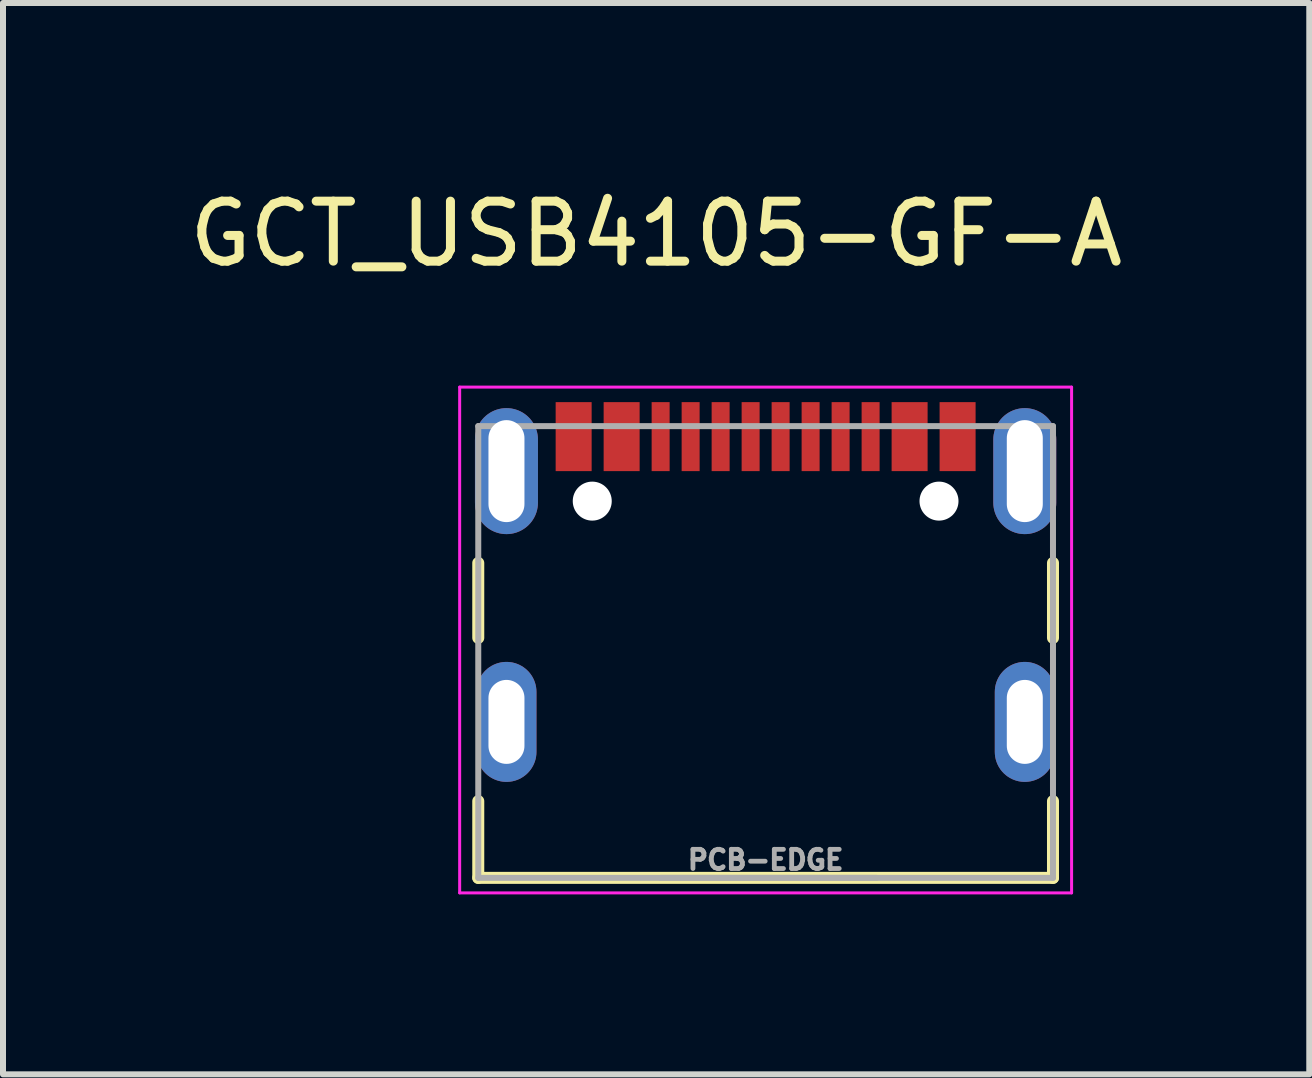
<source format=kicad_pcb>
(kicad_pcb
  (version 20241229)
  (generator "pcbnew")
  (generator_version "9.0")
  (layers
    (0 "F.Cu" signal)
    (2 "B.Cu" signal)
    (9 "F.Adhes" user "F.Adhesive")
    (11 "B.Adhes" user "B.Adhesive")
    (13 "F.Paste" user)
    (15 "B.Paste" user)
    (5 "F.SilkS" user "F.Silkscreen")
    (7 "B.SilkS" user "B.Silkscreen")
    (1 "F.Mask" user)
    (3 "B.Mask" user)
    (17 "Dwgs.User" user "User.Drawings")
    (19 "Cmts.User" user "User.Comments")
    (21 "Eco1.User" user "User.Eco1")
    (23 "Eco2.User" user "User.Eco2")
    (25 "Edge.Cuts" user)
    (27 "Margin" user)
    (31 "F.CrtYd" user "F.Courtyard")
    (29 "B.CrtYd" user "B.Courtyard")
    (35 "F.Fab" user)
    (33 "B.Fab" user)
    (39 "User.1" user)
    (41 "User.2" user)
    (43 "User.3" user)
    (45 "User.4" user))
  (footprint "GCT_USB4105-GF-A"
    (layer "F.Cu")
    (at 9.712 8.983)
    (property "Reference" "GCT_USB4105-GF-A" (at -1.825 -8.135 0) (layer "F.SilkS") (effects (font (size 1 1) (thickness 0.15))))
    (attr through_hole)
    (fp_line (start -4.79 -2.65) (end -4.79 -1.4) (stroke (width 0.2) (type solid)) (layer "F.SilkS"))
    (fp_line (start -4.79 1.32) (end -4.79 2.6) (stroke (width 0.2) (type solid)) (layer "F.SilkS"))
    (fp_line (start -4.79 2.6) (end 4.79 2.6) (stroke (width 0.2) (type solid)) (layer "F.SilkS"))
    (fp_line (start 4.79 -2.65) (end 4.79 -1.4) (stroke (width 0.2) (type solid)) (layer "F.SilkS"))
    (fp_line (start 4.79 2.6) (end 4.79 1.32) (stroke (width 0.2) (type solid)) (layer "F.SilkS"))
    (fp_line (start -5.1 -5.58) (end -5.1 2.85) (stroke (width 0.05) (type solid)) (layer "F.CrtYd"))
    (fp_line (start -5.1 2.85) (end 5.1 2.85) (stroke (width 0.05) (type solid)) (layer "F.CrtYd"))
    (fp_line (start 5.1 -5.58) (end -5.1 -5.58) (stroke (width 0.05) (type solid)) (layer "F.CrtYd"))
    (fp_line (start 5.1 2.85) (end 5.1 -5.58) (stroke (width 0.05) (type solid)) (layer "F.CrtYd"))
    (fp_line (start -4.79 -4.93) (end 4.79 -4.93) (stroke (width 0.1) (type solid)) (layer "F.Fab"))
    (fp_line (start -4.79 2.6) (end -4.79 -4.93) (stroke (width 0.1) (type solid)) (layer "F.Fab"))
    (fp_line (start -1.75 2.6) (end 1.85 2.6) (stroke (width 0.1) (type solid)) (layer "F.Fab"))
    (fp_line (start 4.79 -4.93) (end 4.79 2.6) (stroke (width 0.1) (type solid)) (layer "F.Fab"))
    (fp_line (start 4.79 2.6) (end -4.79 2.6) (stroke (width 0.1) (type solid)) (layer "F.Fab"))
    (fp_text user "PCB-EDGE" (at 0 2.3 0) (layer "F.Fab") (effects (font (size 0.32 0.32) (thickness 0.15))))
    (pad "" np_thru_hole circle (at -2.89 -3.68) (size 0.65 0.65) (drill 0.65) (layers "*.Cu" "*.Mask"))
    (pad "" np_thru_hole circle (at 2.89 -3.68) (size 0.65 0.65) (drill 0.65) (layers "*.Cu" "*.Mask"))
    (pad "A1_B12" smd rect (at -3.2 -4.755) (size 0.6 1.15) (layers "F.Cu" "F.Mask" "F.Paste"))
    (pad "A4_B9" smd rect (at -2.4 -4.755) (size 0.6 1.15) (layers "F.Cu" "F.Mask" "F.Paste"))
    (pad "A5" smd rect (at -1.25 -4.755) (size 0.3 1.15) (layers "F.Cu" "F.Mask" "F.Paste"))
    (pad "A6" smd rect (at -0.25 -4.755) (size 0.3 1.15) (layers "F.Cu" "F.Mask" "F.Paste"))
    (pad "A7" smd rect (at 0.25 -4.755) (size 0.3 1.15) (layers "F.Cu" "F.Mask" "F.Paste"))
    (pad "A8" smd rect (at 1.25 -4.755) (size 0.3 1.15) (layers "F.Cu" "F.Mask" "F.Paste"))
    (pad "B1_A12" smd rect (at 3.2 -4.755) (size 0.6 1.15) (layers "F.Cu" "F.Mask" "F.Paste"))
    (pad "B4_A9" smd rect (at 2.4 -4.755) (size 0.6 1.15) (layers "F.Cu" "F.Mask" "F.Paste"))
    (pad "B5" smd rect (at 1.75 -4.755) (size 0.3 1.15) (layers "F.Cu" "F.Mask" "F.Paste"))
    (pad "B6" smd rect (at 0.75 -4.755) (size 0.3 1.15) (layers "F.Cu" "F.Mask" "F.Paste"))
    (pad "B7" smd rect (at -0.75 -4.755) (size 0.3 1.15) (layers "F.Cu" "F.Mask" "F.Paste"))
    (pad "B8" smd rect (at -1.75 -4.755) (size 0.3 1.15) (layers "F.Cu" "F.Mask" "F.Paste"))
    (pad "S1" thru_hole oval (at -4.32 -4.18) (size 1.05 2.1) (drill oval 0.6 1.7) (layers "*.Cu" "*.Mask"))
    (pad "S2" thru_hole oval (at -4.32 0) (size 1 2) (drill oval 0.6 1.4) (layers "*.Cu" "*.Mask"))
    (pad "S3" thru_hole oval (at 4.32 0) (size 1 2) (drill oval 0.6 1.4) (layers "*.Cu" "*.Mask"))
    (pad "S4" thru_hole oval (at 4.32 -4.18) (size 1.05 2.1) (drill oval 0.6 1.7) (layers "*.Cu" "*.Mask")))
  (gr_rect
    (start -3 -3)
    (end 18.774 14.858)
    (stroke (width 0.1) (type default))
    (fill no)
    (layer "Edge.Cuts")))
</source>
